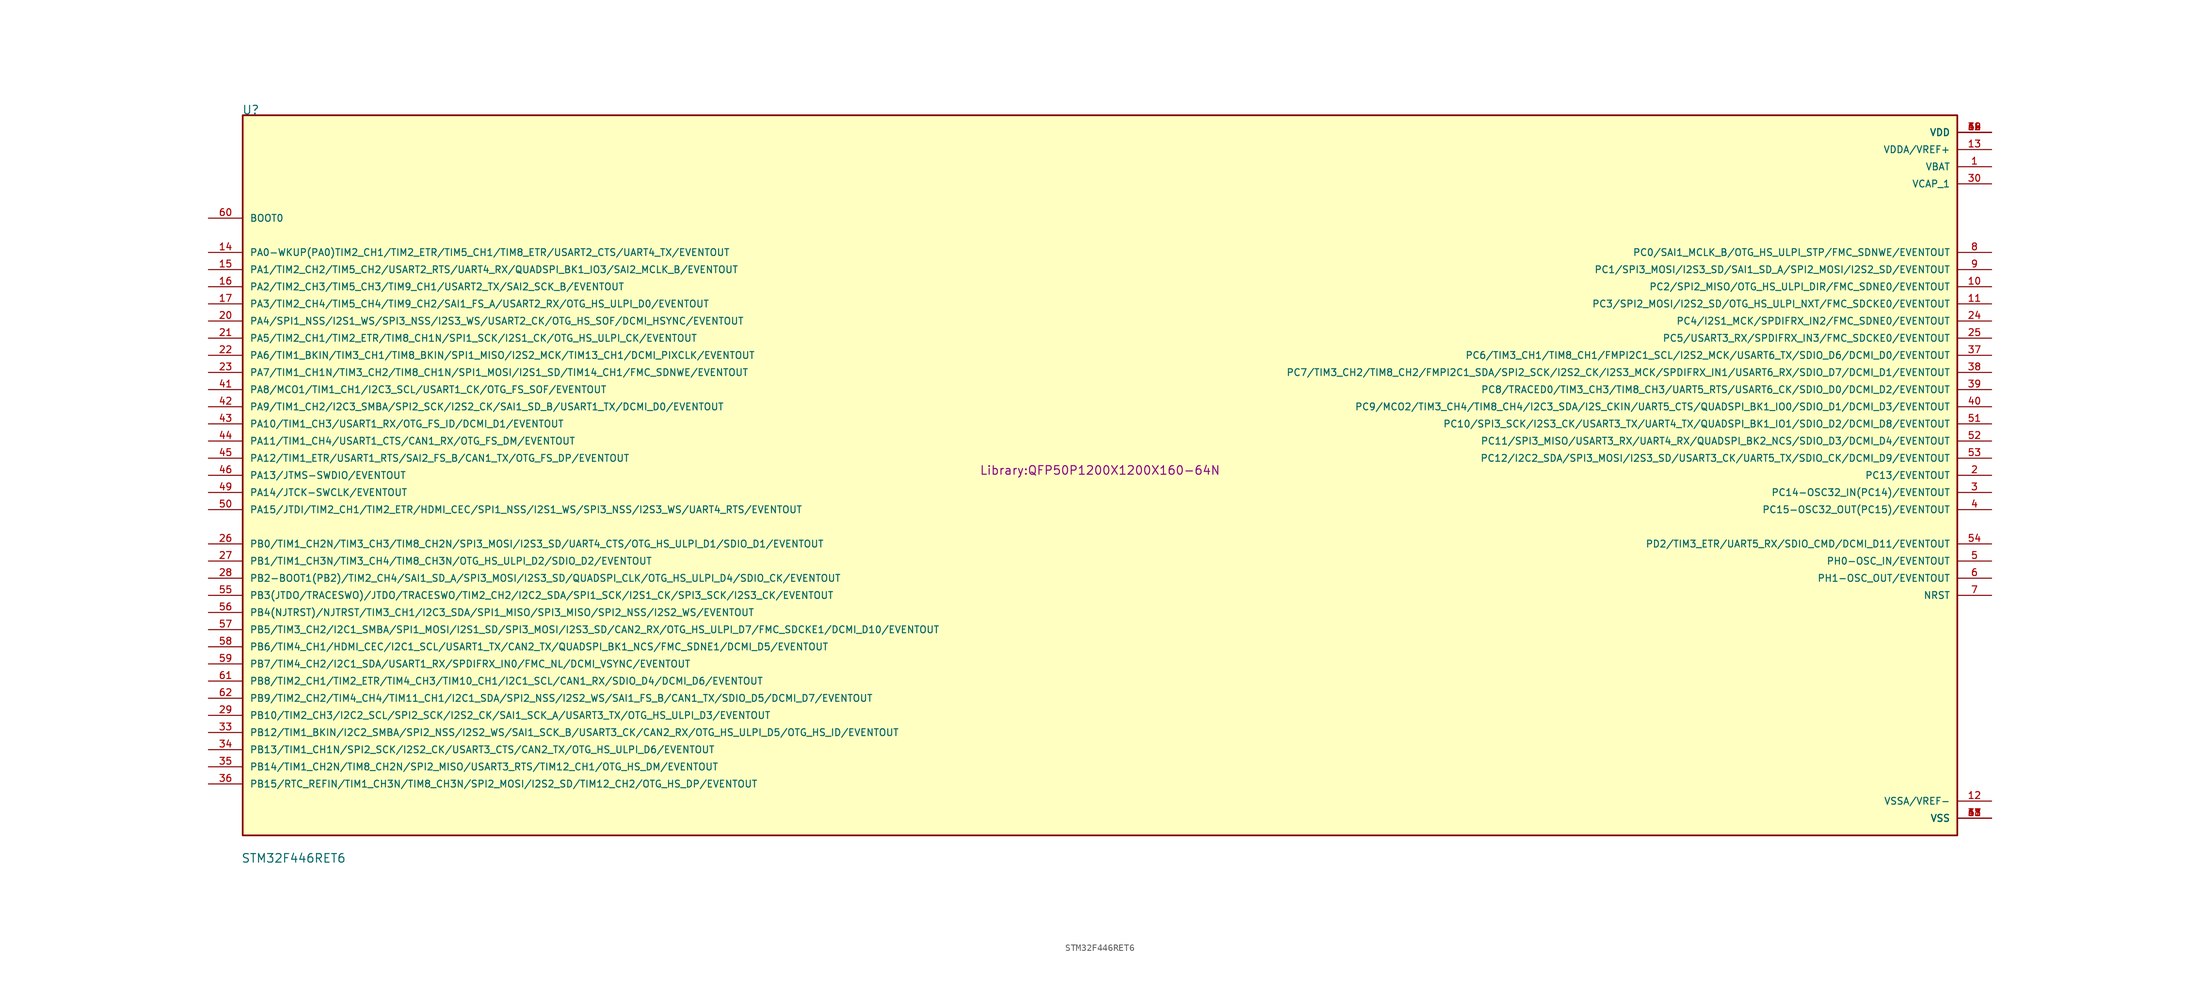
<source format=kicad_sym>
(kicad_symbol_lib
  (version 20220914)
  (generator kicad_symbol_editor)
  (symbol "STM32F446RET6"
    (pin_names
      (offset 1.016))
    (property "Reference" "U"
      (at -127.107 53.385 0)
      (effects (font (size 1.27 1.27)) (justify left bottom)))
    (property "Value" "STM32F446RET6"
      (at -127.233 -55.983 0)
      (effects (font (size 1.27 1.27)) (justify left top)))
    (property "Footprint" "Library:QFP50P1200X1200X160-64N"
      (at 0 0 0)
      (effects (font (size 1.27 1.27)) (justify bottom)))
    (symbol "STM32F446RET6_0_0"
      (rectangle (start -127 -53.34) (end 127 53.34) (stroke (width 0.254) (type default)) (fill (type background)))
      (pin power_in line (at 132.08 45.72 180) (length 5.08) (name "VBAT" (effects (font (size 1.016 1.016)))) (number "1" (effects (font (size 1.016 1.016)))))
      (pin bidirectional line (at 132.08 27.94 180) (length 5.08) (name "PC2/SPI2_MISO/OTG_HS_ULPI_DIR/FMC_SDNE0/EVENTOUT" (effects (font (size 1.016 1.016)))) (number "10" (effects (font (size 1.016 1.016)))))
      (pin bidirectional line (at 132.08 25.4 180) (length 5.08) (name "PC3/SPI2_MOSI/I2S2_SD/OTG_HS_ULPI_NXT/FMC_SDCKE0/EVENTOUT" (effects (font (size 1.016 1.016)))) (number "11" (effects (font (size 1.016 1.016)))))
      (pin power_in line (at 132.08 -48.26 180) (length 5.08) (name "VSSA/VREF-" (effects (font (size 1.016 1.016)))) (number "12" (effects (font (size 1.016 1.016)))))
      (pin power_in line (at 132.08 48.26 180) (length 5.08) (name "VDDA/VREF+" (effects (font (size 1.016 1.016)))) (number "13" (effects (font (size 1.016 1.016)))))
      (pin bidirectional line (at -132.08 33.02 0) (length 5.08) (name "PA0-WKUP(PA0)TIM2_CH1/TIM2_ETR/TIM5_CH1/TIM8_ETR/USART2_CTS/UART4_TX/EVENTOUT" (effects (font (size 1.016 1.016)))) (number "14" (effects (font (size 1.016 1.016)))))
      (pin bidirectional line (at -132.08 30.48 0) (length 5.08) (name "PA1/TIM2_CH2/TIM5_CH2/USART2_RTS/UART4_RX/QUADSPI_BK1_IO3/SAI2_MCLK_B/EVENTOUT" (effects (font (size 1.016 1.016)))) (number "15" (effects (font (size 1.016 1.016)))))
      (pin bidirectional line (at -132.08 27.94 0) (length 5.08) (name "PA2/TIM2_CH3/TIM5_CH3/TIM9_CH1/USART2_TX/SAI2_SCK_B/EVENTOUT" (effects (font (size 1.016 1.016)))) (number "16" (effects (font (size 1.016 1.016)))))
      (pin bidirectional line (at -132.08 25.4 0) (length 5.08) (name "PA3/TIM2_CH4/TIM5_CH4/TIM9_CH2/SAI1_FS_A/USART2_RX/OTG_HS_ULPI_D0/EVENTOUT" (effects (font (size 1.016 1.016)))) (number "17" (effects (font (size 1.016 1.016)))))
      (pin power_in line (at 132.08 -50.8 180) (length 5.08) (name "VSS" (effects (font (size 1.016 1.016)))) (number "18" (effects (font (size 1.016 1.016)))))
      (pin power_in line (at 132.08 50.8 180) (length 5.08) (name "VDD" (effects (font (size 1.016 1.016)))) (number "19" (effects (font (size 1.016 1.016)))))
      (pin bidirectional line (at 132.08 0 180) (length 5.08) (name "PC13/EVENTOUT" (effects (font (size 1.016 1.016)))) (number "2" (effects (font (size 1.016 1.016)))))
      (pin bidirectional line (at -132.08 22.86 0) (length 5.08) (name "PA4/SPI1_NSS/I2S1_WS/SPI3_NSS/I2S3_WS/USART2_CK/OTG_HS_SOF/DCMI_HSYNC/EVENTOUT" (effects (font (size 1.016 1.016)))) (number "20" (effects (font (size 1.016 1.016)))))
      (pin bidirectional line (at -132.08 20.32 0) (length 5.08) (name "PA5/TIM2_CH1/TIM2_ETR/TIM8_CH1N/SPI1_SCK/I2S1_CK/OTG_HS_ULPI_CK/EVENTOUT" (effects (font (size 1.016 1.016)))) (number "21" (effects (font (size 1.016 1.016)))))
      (pin bidirectional line (at -132.08 17.78 0) (length 5.08) (name "PA6/TIM1_BKIN/TIM3_CH1/TIM8_BKIN/SPI1_MISO/I2S2_MCK/TIM13_CH1/DCMI_PIXCLK/EVENTOUT" (effects (font (size 1.016 1.016)))) (number "22" (effects (font (size 1.016 1.016)))))
      (pin bidirectional line (at -132.08 15.24 0) (length 5.08) (name "PA7/TIM1_CH1N/TIM3_CH2/TIM8_CH1N/SPI1_MOSI/I2S1_SD/TIM14_CH1/FMC_SDNWE/EVENTOUT" (effects (font (size 1.016 1.016)))) (number "23" (effects (font (size 1.016 1.016)))))
      (pin bidirectional line (at 132.08 22.86 180) (length 5.08) (name "PC4/I2S1_MCK/SPDIFRX_IN2/FMC_SDNE0/EVENTOUT" (effects (font (size 1.016 1.016)))) (number "24" (effects (font (size 1.016 1.016)))))
      (pin bidirectional line (at 132.08 20.32 180) (length 5.08) (name "PC5/USART3_RX/SPDIFRX_IN3/FMC_SDCKE0/EVENTOUT" (effects (font (size 1.016 1.016)))) (number "25" (effects (font (size 1.016 1.016)))))
      (pin bidirectional line (at -132.08 -10.16 0) (length 5.08) (name "PB0/TIM1_CH2N/TIM3_CH3/TIM8_CH2N/SPI3_MOSI/I2S3_SD/UART4_CTS/OTG_HS_ULPI_D1/SDIO_D1/EVENTOUT" (effects (font (size 1.016 1.016)))) (number "26" (effects (font (size 1.016 1.016)))))
      (pin bidirectional line (at -132.08 -12.7 0) (length 5.08) (name "PB1/TIM1_CH3N/TIM3_CH4/TIM8_CH3N/OTG_HS_ULPI_D2/SDIO_D2/EVENTOUT" (effects (font (size 1.016 1.016)))) (number "27" (effects (font (size 1.016 1.016)))))
      (pin bidirectional line (at -132.08 -15.24 0) (length 5.08) (name "PB2-BOOT1(PB2)/TIM2_CH4/SAI1_SD_A/SPI3_MOSI/I2S3_SD/QUADSPI_CLK/OTG_HS_ULPI_D4/SDIO_CK/EVENTOUT" (effects (font (size 1.016 1.016)))) (number "28" (effects (font (size 1.016 1.016)))))
      (pin bidirectional line (at -132.08 -35.56 0) (length 5.08) (name "PB10/TIM2_CH3/I2C2_SCL/SPI2_SCK/I2S2_CK/SAI1_SCK_A/USART3_TX/OTG_HS_ULPI_D3/EVENTOUT" (effects (font (size 1.016 1.016)))) (number "29" (effects (font (size 1.016 1.016)))))
      (pin bidirectional line (at 132.08 -2.54 180) (length 5.08) (name "PC14-OSC32_IN(PC14)/EVENTOUT" (effects (font (size 1.016 1.016)))) (number "3" (effects (font (size 1.016 1.016)))))
      (pin power_in line (at 132.08 43.18 180) (length 5.08) (name "VCAP_1" (effects (font (size 1.016 1.016)))) (number "30" (effects (font (size 1.016 1.016)))))
      (pin power_in line (at 132.08 -50.8 180) (length 5.08) (name "VSS" (effects (font (size 1.016 1.016)))) (number "31" (effects (font (size 1.016 1.016)))))
      (pin power_in line (at 132.08 50.8 180) (length 5.08) (name "VDD" (effects (font (size 1.016 1.016)))) (number "32" (effects (font (size 1.016 1.016)))))
      (pin bidirectional line (at -132.08 -38.1 0) (length 5.08) (name "PB12/TIM1_BKIN/I2C2_SMBA/SPI2_NSS/I2S2_WS/SAI1_SCK_B/USART3_CK/CAN2_RX/OTG_HS_ULPI_D5/OTG_HS_ID/EVENTOUT" (effects (font (size 1.016 1.016)))) (number "33" (effects (font (size 1.016 1.016)))))
      (pin bidirectional line (at -132.08 -40.64 0) (length 5.08) (name "PB13/TIM1_CH1N/SPI2_SCK/I2S2_CK/USART3_CTS/CAN2_TX/OTG_HS_ULPI_D6/EVENTOUT" (effects (font (size 1.016 1.016)))) (number "34" (effects (font (size 1.016 1.016)))))
      (pin bidirectional line (at -132.08 -43.18 0) (length 5.08) (name "PB14/TIM1_CH2N/TIM8_CH2N/SPI2_MISO/USART3_RTS/TIM12_CH1/OTG_HS_DM/EVENTOUT" (effects (font (size 1.016 1.016)))) (number "35" (effects (font (size 1.016 1.016)))))
      (pin bidirectional line (at -132.08 -45.72 0) (length 5.08) (name "PB15/RTC_REFIN/TIM1_CH3N/TIM8_CH3N/SPI2_MOSI/I2S2_SD/TIM12_CH2/OTG_HS_DP/EVENTOUT" (effects (font (size 1.016 1.016)))) (number "36" (effects (font (size 1.016 1.016)))))
      (pin bidirectional line (at 132.08 17.78 180) (length 5.08) (name "PC6/TIM3_CH1/TIM8_CH1/FMPI2C1_SCL/I2S2_MCK/USART6_TX/SDIO_D6/DCMI_D0/EVENTOUT" (effects (font (size 1.016 1.016)))) (number "37" (effects (font (size 1.016 1.016)))))
      (pin bidirectional line (at 132.08 15.24 180) (length 5.08) (name "PC7/TIM3_CH2/TIM8_CH2/FMPI2C1_SDA/SPI2_SCK/I2S2_CK/I2S3_MCK/SPDIFRX_IN1/USART6_RX/SDIO_D7/DCMI_D1/EVENTOUT" (effects (font (size 1.016 1.016)))) (number "38" (effects (font (size 1.016 1.016)))))
      (pin bidirectional line (at 132.08 12.7 180) (length 5.08) (name "PC8/TRACED0/TIM3_CH3/TIM8_CH3/UART5_RTS/USART6_CK/SDIO_D0/DCMI_D2/EVENTOUT" (effects (font (size 1.016 1.016)))) (number "39" (effects (font (size 1.016 1.016)))))
      (pin bidirectional line (at 132.08 -5.08 180) (length 5.08) (name "PC15-OSC32_OUT(PC15)/EVENTOUT" (effects (font (size 1.016 1.016)))) (number "4" (effects (font (size 1.016 1.016)))))
      (pin bidirectional line (at 132.08 10.16 180) (length 5.08) (name "PC9/MCO2/TIM3_CH4/TIM8_CH4/I2C3_SDA/I2S_CKIN/UART5_CTS/QUADSPI_BK1_IO0/SDIO_D1/DCMI_D3/EVENTOUT" (effects (font (size 1.016 1.016)))) (number "40" (effects (font (size 1.016 1.016)))))
      (pin bidirectional line (at -132.08 12.7 0) (length 5.08) (name "PA8/MCO1/TIM1_CH1/I2C3_SCL/USART1_CK/OTG_FS_SOF/EVENTOUT" (effects (font (size 1.016 1.016)))) (number "41" (effects (font (size 1.016 1.016)))))
      (pin bidirectional line (at -132.08 10.16 0) (length 5.08) (name "PA9/TIM1_CH2/I2C3_SMBA/SPI2_SCK/I2S2_CK/SAI1_SD_B/USART1_TX/DCMI_D0/EVENTOUT" (effects (font (size 1.016 1.016)))) (number "42" (effects (font (size 1.016 1.016)))))
      (pin bidirectional line (at -132.08 7.62 0) (length 5.08) (name "PA10/TIM1_CH3/USART1_RX/OTG_FS_ID/DCMI_D1/EVENTOUT" (effects (font (size 1.016 1.016)))) (number "43" (effects (font (size 1.016 1.016)))))
      (pin bidirectional line (at -132.08 5.08 0) (length 5.08) (name "PA11/TIM1_CH4/USART1_CTS/CAN1_RX/OTG_FS_DM/EVENTOUT" (effects (font (size 1.016 1.016)))) (number "44" (effects (font (size 1.016 1.016)))))
      (pin bidirectional line (at -132.08 2.54 0) (length 5.08) (name "PA12/TIM1_ETR/USART1_RTS/SAI2_FS_B/CAN1_TX/OTG_FS_DP/EVENTOUT" (effects (font (size 1.016 1.016)))) (number "45" (effects (font (size 1.016 1.016)))))
      (pin bidirectional line (at -132.08 0 0) (length 5.08) (name "PA13/JTMS-SWDIO/EVENTOUT" (effects (font (size 1.016 1.016)))) (number "46" (effects (font (size 1.016 1.016)))))
      (pin power_in line (at 132.08 -50.8 180) (length 5.08) (name "VSS" (effects (font (size 1.016 1.016)))) (number "47" (effects (font (size 1.016 1.016)))))
      (pin power_in line (at 132.08 50.8 180) (length 5.08) (name "VDD" (effects (font (size 1.016 1.016)))) (number "48" (effects (font (size 1.016 1.016)))))
      (pin bidirectional line (at -132.08 -2.54 0) (length 5.08) (name "PA14/JTCK-SWCLK/EVENTOUT" (effects (font (size 1.016 1.016)))) (number "49" (effects (font (size 1.016 1.016)))))
      (pin bidirectional line (at 132.08 -12.7 180) (length 5.08) (name "PH0-OSC_IN/EVENTOUT" (effects (font (size 1.016 1.016)))) (number "5" (effects (font (size 1.016 1.016)))))
      (pin bidirectional line (at -132.08 -5.08 0) (length 5.08) (name "PA15/JTDI/TIM2_CH1/TIM2_ETR/HDMI_CEC/SPI1_NSS/I2S1_WS/SPI3_NSS/I2S3_WS/UART4_RTS/EVENTOUT" (effects (font (size 1.016 1.016)))) (number "50" (effects (font (size 1.016 1.016)))))
      (pin bidirectional line (at 132.08 7.62 180) (length 5.08) (name "PC10/SPI3_SCK/I2S3_CK/USART3_TX/UART4_TX/QUADSPI_BK1_IO1/SDIO_D2/DCMI_D8/EVENTOUT" (effects (font (size 1.016 1.016)))) (number "51" (effects (font (size 1.016 1.016)))))
      (pin bidirectional line (at 132.08 5.08 180) (length 5.08) (name "PC11/SPI3_MISO/USART3_RX/UART4_RX/QUADSPI_BK2_NCS/SDIO_D3/DCMI_D4/EVENTOUT" (effects (font (size 1.016 1.016)))) (number "52" (effects (font (size 1.016 1.016)))))
      (pin bidirectional line (at 132.08 2.54 180) (length 5.08) (name "PC12/I2C2_SDA/SPI3_MOSI/I2S3_SD/USART3_CK/UART5_TX/SDIO_CK/DCMI_D9/EVENTOUT" (effects (font (size 1.016 1.016)))) (number "53" (effects (font (size 1.016 1.016)))))
      (pin bidirectional line (at 132.08 -10.16 180) (length 5.08) (name "PD2/TIM3_ETR/UART5_RX/SDIO_CMD/DCMI_D11/EVENTOUT" (effects (font (size 1.016 1.016)))) (number "54" (effects (font (size 1.016 1.016)))))
      (pin bidirectional line (at -132.08 -17.78 0) (length 5.08) (name "PB3(JTDO/TRACESWO)/JTDO/TRACESWO/TIM2_CH2/I2C2_SDA/SPI1_SCK/I2S1_CK/SPI3_SCK/I2S3_CK/EVENTOUT" (effects (font (size 1.016 1.016)))) (number "55" (effects (font (size 1.016 1.016)))))
      (pin bidirectional line (at -132.08 -20.32 0) (length 5.08) (name "PB4(NJTRST)/NJTRST/TIM3_CH1/I2C3_SDA/SPI1_MISO/SPI3_MISO/SPI2_NSS/I2S2_WS/EVENTOUT" (effects (font (size 1.016 1.016)))) (number "56" (effects (font (size 1.016 1.016)))))
      (pin bidirectional line (at -132.08 -22.86 0) (length 5.08) (name "PB5/TIM3_CH2/I2C1_SMBA/SPI1_MOSI/I2S1_SD/SPI3_MOSI/I2S3_SD/CAN2_RX/OTG_HS_ULPI_D7/FMC_SDCKE1/DCMI_D10/EVENTOUT" (effects (font (size 1.016 1.016)))) (number "57" (effects (font (size 1.016 1.016)))))
      (pin bidirectional line (at -132.08 -25.4 0) (length 5.08) (name "PB6/TIM4_CH1/HDMI_CEC/I2C1_SCL/USART1_TX/CAN2_TX/QUADSPI_BK1_NCS/FMC_SDNE1/DCMI_D5/EVENTOUT" (effects (font (size 1.016 1.016)))) (number "58" (effects (font (size 1.016 1.016)))))
      (pin bidirectional line (at -132.08 -27.94 0) (length 5.08) (name "PB7/TIM4_CH2/I2C1_SDA/USART1_RX/SPDIFRX_IN0/FMC_NL/DCMI_VSYNC/EVENTOUT" (effects (font (size 1.016 1.016)))) (number "59" (effects (font (size 1.016 1.016)))))
      (pin bidirectional line (at 132.08 -15.24 180) (length 5.08) (name "PH1-OSC_OUT/EVENTOUT" (effects (font (size 1.016 1.016)))) (number "6" (effects (font (size 1.016 1.016)))))
      (pin input line (at -132.08 38.1 0) (length 5.08) (name "BOOT0" (effects (font (size 1.016 1.016)))) (number "60" (effects (font (size 1.016 1.016)))))
      (pin bidirectional line (at -132.08 -30.48 0) (length 5.08) (name "PB8/TIM2_CH1/TIM2_ETR/TIM4_CH3/TIM10_CH1/I2C1_SCL/CAN1_RX/SDIO_D4/DCMI_D6/EVENTOUT" (effects (font (size 1.016 1.016)))) (number "61" (effects (font (size 1.016 1.016)))))
      (pin bidirectional line (at -132.08 -33.02 0) (length 5.08) (name "PB9/TIM2_CH2/TIM4_CH4/TIM11_CH1/I2C1_SDA/SPI2_NSS/I2S2_WS/SAI1_FS_B/CAN1_TX/SDIO_D5/DCMI_D7/EVENTOUT" (effects (font (size 1.016 1.016)))) (number "62" (effects (font (size 1.016 1.016)))))
      (pin power_in line (at 132.08 -50.8 180) (length 5.08) (name "VSS" (effects (font (size 1.016 1.016)))) (number "63" (effects (font (size 1.016 1.016)))))
      (pin power_in line (at 132.08 50.8 180) (length 5.08) (name "VDD" (effects (font (size 1.016 1.016)))) (number "64" (effects (font (size 1.016 1.016)))))
      (pin bidirectional line (at 132.08 -17.78 180) (length 5.08) (name "NRST" (effects (font (size 1.016 1.016)))) (number "7" (effects (font (size 1.016 1.016)))))
      (pin bidirectional line (at 132.08 33.02 180) (length 5.08) (name "PC0/SAI1_MCLK_B/OTG_HS_ULPI_STP/FMC_SDNWE/EVENTOUT" (effects (font (size 1.016 1.016)))) (number "8" (effects (font (size 1.016 1.016)))))
      (pin bidirectional line (at 132.08 30.48 180) (length 5.08) (name "PC1/SPI3_MOSI/I2S3_SD/SAI1_SD_A/SPI2_MOSI/I2S2_SD/EVENTOUT" (effects (font (size 1.016 1.016)))) (number "9" (effects (font (size 1.016 1.016))))))))
</source>
